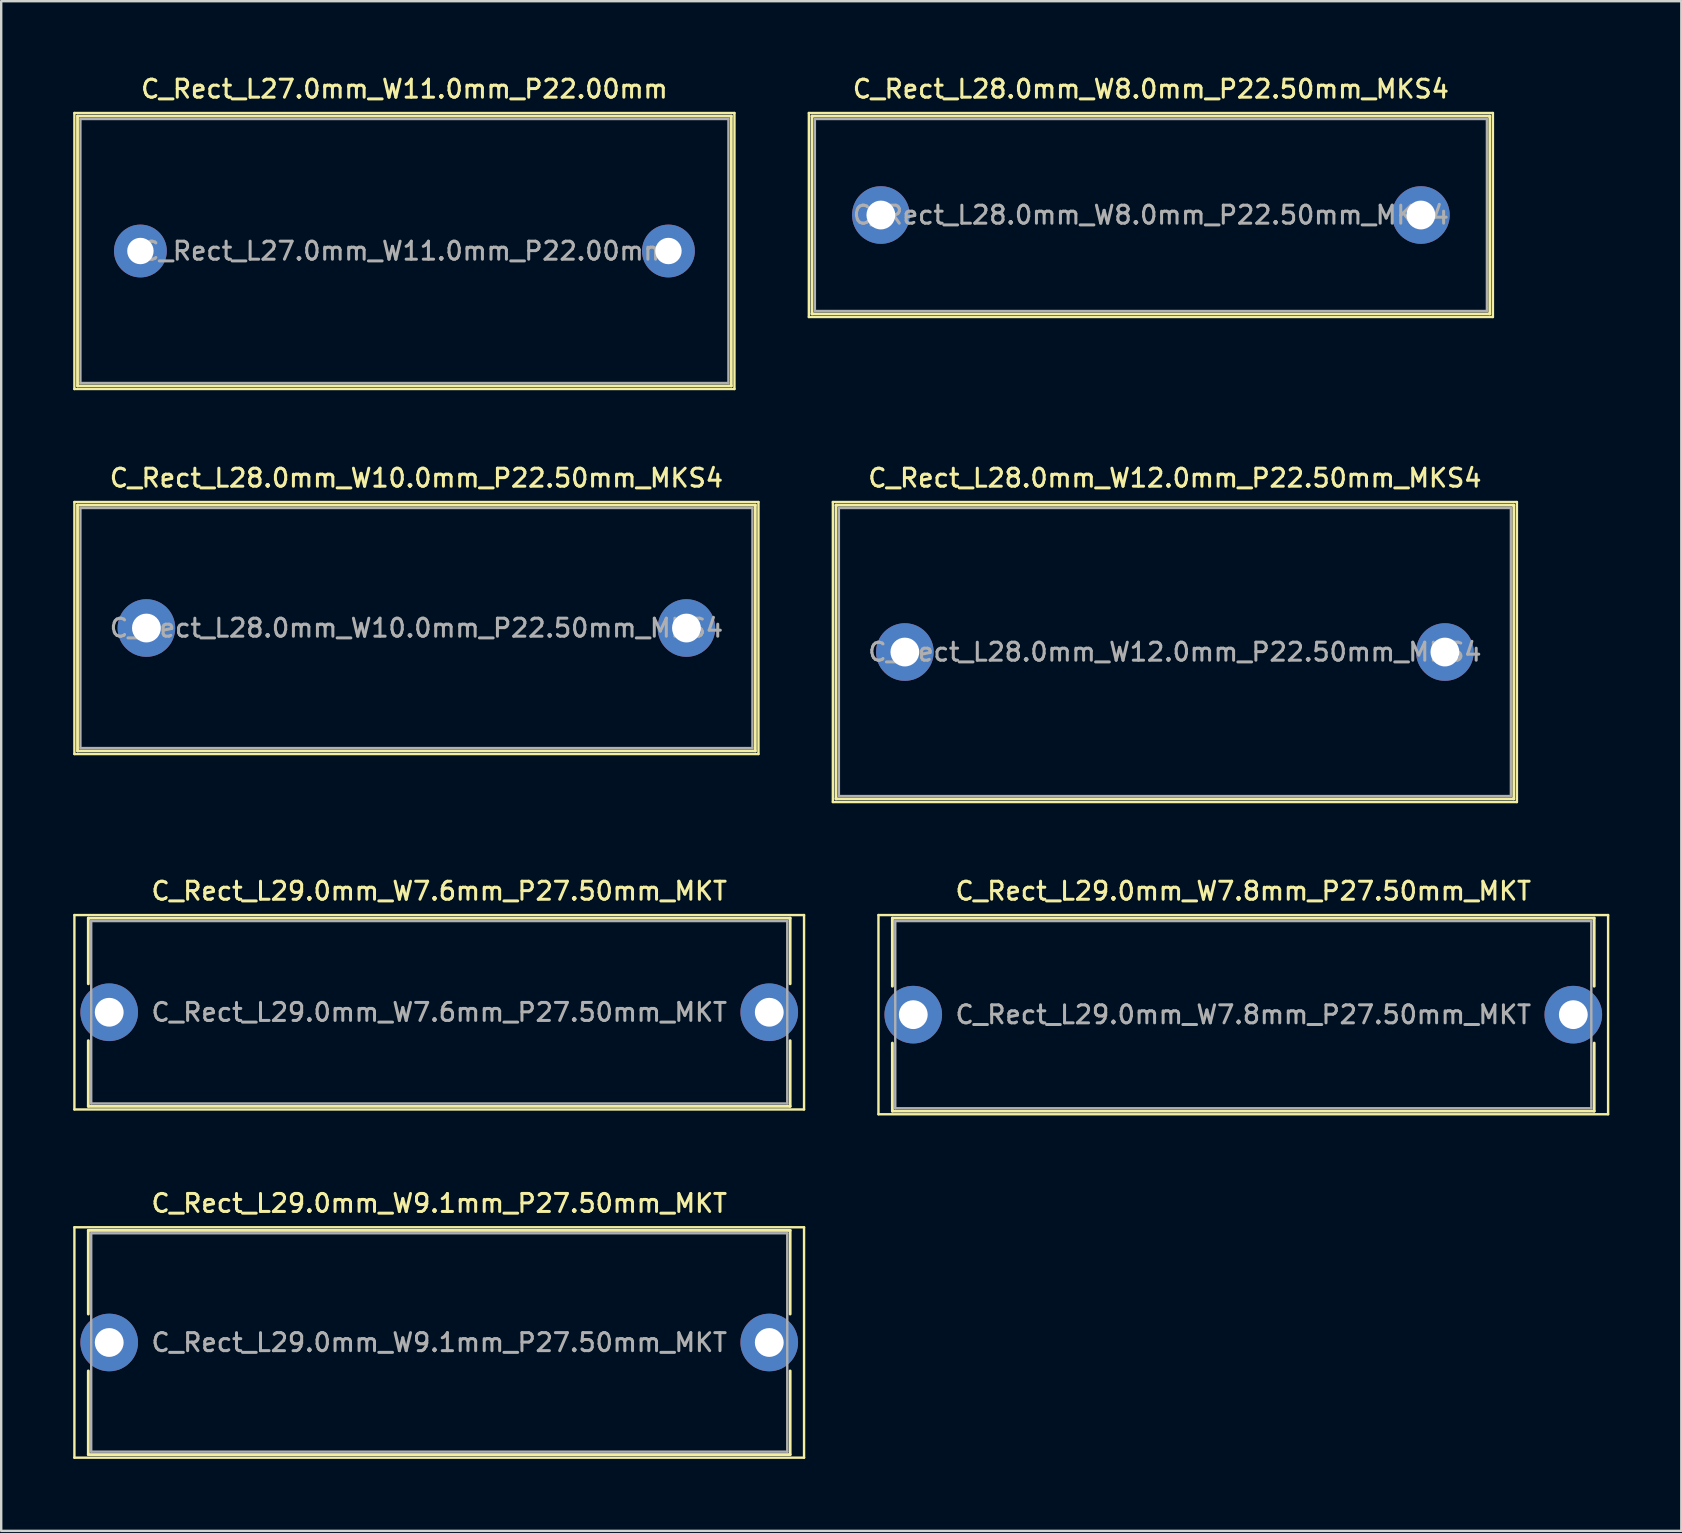
<source format=kicad_pcb>
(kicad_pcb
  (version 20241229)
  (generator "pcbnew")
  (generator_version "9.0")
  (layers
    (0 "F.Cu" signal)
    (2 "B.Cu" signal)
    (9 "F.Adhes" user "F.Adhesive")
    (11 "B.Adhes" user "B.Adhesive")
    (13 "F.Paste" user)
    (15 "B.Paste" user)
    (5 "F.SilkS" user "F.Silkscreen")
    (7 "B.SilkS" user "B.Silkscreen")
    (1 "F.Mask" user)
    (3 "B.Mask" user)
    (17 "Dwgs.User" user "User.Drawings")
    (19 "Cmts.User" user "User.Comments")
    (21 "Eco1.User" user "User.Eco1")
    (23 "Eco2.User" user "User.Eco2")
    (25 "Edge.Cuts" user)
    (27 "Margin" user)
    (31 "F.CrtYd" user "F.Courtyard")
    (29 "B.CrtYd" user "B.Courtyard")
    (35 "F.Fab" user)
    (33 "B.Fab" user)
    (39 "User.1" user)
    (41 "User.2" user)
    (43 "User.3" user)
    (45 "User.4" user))
  (footprint "C_Rect_L28.0mm_W10.0mm_P22.50mm_MKS4"
    (layer "F.Cu")
    (at 3.05 23.116)
    (property "Reference" "C_Rect_L28.0mm_W10.0mm_P22.50mm_MKS4" (at 11.25 -6.25 0) (layer "F.SilkS") (effects (font (size 0.75 0.75) (thickness 0.125))))
    (attr through_hole)
    (fp_line (start -3 -5.25) (end -3 5.25) (stroke (width 0.1) (type solid)) (layer "F.SilkS"))
    (fp_line (start -3 5.25) (end 25.5 5.25) (stroke (width 0.1) (type solid)) (layer "F.SilkS"))
    (fp_line (start -2.87 -5.12) (end -2.87 5.12) (stroke (width 0.12) (type solid)) (layer "F.SilkS"))
    (fp_line (start -2.87 -5.12) (end 25.37 -5.12) (stroke (width 0.12) (type solid)) (layer "F.SilkS"))
    (fp_line (start -2.87 5.12) (end 25.37 5.12) (stroke (width 0.12) (type solid)) (layer "F.SilkS"))
    (fp_line (start 25.37 -5.12) (end 25.37 5.12) (stroke (width 0.12) (type solid)) (layer "F.SilkS"))
    (fp_line (start 25.5 -5.25) (end -3 -5.25) (stroke (width 0.1) (type solid)) (layer "F.SilkS"))
    (fp_line (start 25.5 5.25) (end 25.5 -5.25) (stroke (width 0.1) (type solid)) (layer "F.SilkS"))
    (fp_line (start -2.75 -5) (end -2.75 5) (stroke (width 0.1) (type solid)) (layer "F.Fab"))
    (fp_line (start -2.75 5) (end 25.25 5) (stroke (width 0.1) (type solid)) (layer "F.Fab"))
    (fp_line (start 25.25 -5) (end -2.75 -5) (stroke (width 0.1) (type solid)) (layer "F.Fab"))
    (fp_line (start 25.25 5) (end 25.25 -5) (stroke (width 0.1) (type solid)) (layer "F.Fab"))
    (fp_text user "${REFERENCE}" (at 11.25 0 0) (layer "F.Fab") (effects (font (size 0.75 0.75) (thickness 0.125))))
    (pad "1" thru_hole circle (at 0 0) (size 2.4 2.4) (drill 1.2) (layers "*.Cu" "*.Mask"))
    (pad "2" thru_hole circle (at 22.5 0) (size 2.4 2.4) (drill 1.2) (layers "*.Cu" "*.Mask")))
  (footprint "C_Rect_L29.0mm_W7.8mm_P27.50mm_MKT"
    (layer "F.Cu")
    (at 35 39.224)
    (property "Reference" "C_Rect_L29.0mm_W7.8mm_P27.50mm_MKT" (at 13.75 -5.15 0) (layer "F.SilkS") (effects (font (size 0.75 0.75) (thickness 0.125))))
    (attr through_hole)
    (fp_line (start -1.45 -4.15) (end -1.45 4.15) (stroke (width 0.1) (type solid)) (layer "F.SilkS"))
    (fp_line (start -1.45 4.15) (end 28.95 4.15) (stroke (width 0.1) (type solid)) (layer "F.SilkS"))
    (fp_line (start -0.87 -4.02) (end -0.87 -1.185) (stroke (width 0.12) (type solid)) (layer "F.SilkS"))
    (fp_line (start -0.87 -4.02) (end 28.37 -4.02) (stroke (width 0.12) (type solid)) (layer "F.SilkS"))
    (fp_line (start -0.87 1.185) (end -0.87 4.02) (stroke (width 0.12) (type solid)) (layer "F.SilkS"))
    (fp_line (start -0.87 4.02) (end 28.37 4.02) (stroke (width 0.12) (type solid)) (layer "F.SilkS"))
    (fp_line (start 28.37 -4.02) (end 28.37 -1.185) (stroke (width 0.12) (type solid)) (layer "F.SilkS"))
    (fp_line (start 28.37 1.185) (end 28.37 4.02) (stroke (width 0.12) (type solid)) (layer "F.SilkS"))
    (fp_line (start 28.95 -4.15) (end -1.45 -4.15) (stroke (width 0.1) (type solid)) (layer "F.SilkS"))
    (fp_line (start 28.95 4.15) (end 28.95 -4.15) (stroke (width 0.1) (type solid)) (layer "F.SilkS"))
    (fp_line (start -0.75 -3.9) (end -0.75 3.9) (stroke (width 0.1) (type solid)) (layer "F.Fab"))
    (fp_line (start -0.75 3.9) (end 28.25 3.9) (stroke (width 0.1) (type solid)) (layer "F.Fab"))
    (fp_line (start 28.25 -3.9) (end -0.75 -3.9) (stroke (width 0.1) (type solid)) (layer "F.Fab"))
    (fp_line (start 28.25 3.9) (end 28.25 -3.9) (stroke (width 0.1) (type solid)) (layer "F.Fab"))
    (fp_text user "${REFERENCE}" (at 13.75 0 0) (layer "F.Fab") (effects (font (size 0.75 0.75) (thickness 0.125))))
    (pad "1" thru_hole circle (at 0 0) (size 2.4 2.4) (drill 1.2) (layers "*.Cu" "*.Mask"))
    (pad "2" thru_hole circle (at 27.5 0) (size 2.4 2.4) (drill 1.2) (layers "*.Cu" "*.Mask")))
  (footprint "C_Rect_L28.0mm_W12.0mm_P22.50mm_MKS4"
    (layer "F.Cu")
    (at 34.65 24.116)
    (property "Reference" "C_Rect_L28.0mm_W12.0mm_P22.50mm_MKS4" (at 11.25 -7.25 0) (layer "F.SilkS") (effects (font (size 0.75 0.75) (thickness 0.125))))
    (attr through_hole)
    (fp_line (start -3 -6.25) (end -3 6.25) (stroke (width 0.1) (type solid)) (layer "F.SilkS"))
    (fp_line (start -3 6.25) (end 25.5 6.25) (stroke (width 0.1) (type solid)) (layer "F.SilkS"))
    (fp_line (start -2.87 -6.12) (end -2.87 6.12) (stroke (width 0.12) (type solid)) (layer "F.SilkS"))
    (fp_line (start -2.87 -6.12) (end 25.37 -6.12) (stroke (width 0.12) (type solid)) (layer "F.SilkS"))
    (fp_line (start -2.87 6.12) (end 25.37 6.12) (stroke (width 0.12) (type solid)) (layer "F.SilkS"))
    (fp_line (start 25.37 -6.12) (end 25.37 6.12) (stroke (width 0.12) (type solid)) (layer "F.SilkS"))
    (fp_line (start 25.5 -6.25) (end -3 -6.25) (stroke (width 0.1) (type solid)) (layer "F.SilkS"))
    (fp_line (start 25.5 6.25) (end 25.5 -6.25) (stroke (width 0.1) (type solid)) (layer "F.SilkS"))
    (fp_line (start -2.75 -6) (end -2.75 6) (stroke (width 0.1) (type solid)) (layer "F.Fab"))
    (fp_line (start -2.75 6) (end 25.25 6) (stroke (width 0.1) (type solid)) (layer "F.Fab"))
    (fp_line (start 25.25 -6) (end -2.75 -6) (stroke (width 0.1) (type solid)) (layer "F.Fab"))
    (fp_line (start 25.25 6) (end 25.25 -6) (stroke (width 0.1) (type solid)) (layer "F.Fab"))
    (fp_text user "${REFERENCE}" (at 11.25 0 0) (layer "F.Fab") (effects (font (size 0.75 0.75) (thickness 0.125))))
    (pad "1" thru_hole circle (at 0 0) (size 2.4 2.4) (drill 1.2) (layers "*.Cu" "*.Mask"))
    (pad "2" thru_hole circle (at 22.5 0) (size 2.4 2.4) (drill 1.2) (layers "*.Cu" "*.Mask")))
  (footprint "C_Rect_L29.0mm_W7.6mm_P27.50mm_MKT"
    (layer "F.Cu")
    (at 1.5 39.124)
    (property "Reference" "C_Rect_L29.0mm_W7.6mm_P27.50mm_MKT" (at 13.75 -5.05 0) (layer "F.SilkS") (effects (font (size 0.75 0.75) (thickness 0.125))))
    (attr through_hole)
    (fp_line (start -1.45 -4.05) (end -1.45 4.05) (stroke (width 0.1) (type solid)) (layer "F.SilkS"))
    (fp_line (start -1.45 4.05) (end 28.95 4.05) (stroke (width 0.1) (type solid)) (layer "F.SilkS"))
    (fp_line (start -0.87 -3.92) (end -0.87 -1.185) (stroke (width 0.12) (type solid)) (layer "F.SilkS"))
    (fp_line (start -0.87 -3.92) (end 28.37 -3.92) (stroke (width 0.12) (type solid)) (layer "F.SilkS"))
    (fp_line (start -0.87 1.185) (end -0.87 3.92) (stroke (width 0.12) (type solid)) (layer "F.SilkS"))
    (fp_line (start -0.87 3.92) (end 28.37 3.92) (stroke (width 0.12) (type solid)) (layer "F.SilkS"))
    (fp_line (start 28.37 -3.92) (end 28.37 -1.185) (stroke (width 0.12) (type solid)) (layer "F.SilkS"))
    (fp_line (start 28.37 1.185) (end 28.37 3.92) (stroke (width 0.12) (type solid)) (layer "F.SilkS"))
    (fp_line (start 28.95 -4.05) (end -1.45 -4.05) (stroke (width 0.1) (type solid)) (layer "F.SilkS"))
    (fp_line (start 28.95 4.05) (end 28.95 -4.05) (stroke (width 0.1) (type solid)) (layer "F.SilkS"))
    (fp_line (start -0.75 -3.8) (end -0.75 3.8) (stroke (width 0.1) (type solid)) (layer "F.Fab"))
    (fp_line (start -0.75 3.8) (end 28.25 3.8) (stroke (width 0.1) (type solid)) (layer "F.Fab"))
    (fp_line (start 28.25 -3.8) (end -0.75 -3.8) (stroke (width 0.1) (type solid)) (layer "F.Fab"))
    (fp_line (start 28.25 3.8) (end 28.25 -3.8) (stroke (width 0.1) (type solid)) (layer "F.Fab"))
    (fp_text user "${REFERENCE}" (at 13.75 0 0) (layer "F.Fab") (effects (font (size 0.75 0.75) (thickness 0.125))))
    (pad "1" thru_hole circle (at 0 0) (size 2.4 2.4) (drill 1.2) (layers "*.Cu" "*.Mask"))
    (pad "2" thru_hole circle (at 27.5 0) (size 2.4 2.4) (drill 1.2) (layers "*.Cu" "*.Mask")))
  (footprint "C_Rect_L28.0mm_W8.0mm_P22.50mm_MKS4"
    (layer "F.Cu")
    (at 33.65 5.908)
    (property "Reference" "C_Rect_L28.0mm_W8.0mm_P22.50mm_MKS4" (at 11.25 -5.25 0) (layer "F.SilkS") (effects (font (size 0.75 0.75) (thickness 0.125))))
    (attr through_hole)
    (fp_line (start -3 -4.25) (end -3 4.25) (stroke (width 0.1) (type solid)) (layer "F.SilkS"))
    (fp_line (start -3 4.25) (end 25.5 4.25) (stroke (width 0.1) (type solid)) (layer "F.SilkS"))
    (fp_line (start -2.87 -4.12) (end -2.87 4.12) (stroke (width 0.12) (type solid)) (layer "F.SilkS"))
    (fp_line (start -2.87 -4.12) (end 25.37 -4.12) (stroke (width 0.12) (type solid)) (layer "F.SilkS"))
    (fp_line (start -2.87 4.12) (end 25.37 4.12) (stroke (width 0.12) (type solid)) (layer "F.SilkS"))
    (fp_line (start 25.37 -4.12) (end 25.37 4.12) (stroke (width 0.12) (type solid)) (layer "F.SilkS"))
    (fp_line (start 25.5 -4.25) (end -3 -4.25) (stroke (width 0.1) (type solid)) (layer "F.SilkS"))
    (fp_line (start 25.5 4.25) (end 25.5 -4.25) (stroke (width 0.1) (type solid)) (layer "F.SilkS"))
    (fp_line (start -2.75 -4) (end -2.75 4) (stroke (width 0.1) (type solid)) (layer "F.Fab"))
    (fp_line (start -2.75 4) (end 25.25 4) (stroke (width 0.1) (type solid)) (layer "F.Fab"))
    (fp_line (start 25.25 -4) (end -2.75 -4) (stroke (width 0.1) (type solid)) (layer "F.Fab"))
    (fp_line (start 25.25 4) (end 25.25 -4) (stroke (width 0.1) (type solid)) (layer "F.Fab"))
    (fp_text user "${REFERENCE}" (at 11.25 0 0) (layer "F.Fab") (effects (font (size 0.75 0.75) (thickness 0.125))))
    (pad "1" thru_hole circle (at 0 0) (size 2.4 2.4) (drill 1.2) (layers "*.Cu" "*.Mask"))
    (pad "2" thru_hole circle (at 22.5 0) (size 2.4 2.4) (drill 1.2) (layers "*.Cu" "*.Mask")))
  (footprint "C_Rect_L27.0mm_W11.0mm_P22.00mm"
    (layer "F.Cu")
    (at 2.8 7.408)
    (property "Reference" "C_Rect_L27.0mm_W11.0mm_P22.00mm" (at 11 -6.75 0) (layer "F.SilkS") (effects (font (size 0.75 0.75) (thickness 0.125))))
    (attr through_hole)
    (fp_line (start -2.75 -5.75) (end -2.75 5.75) (stroke (width 0.1) (type solid)) (layer "F.SilkS"))
    (fp_line (start -2.75 5.75) (end 24.75 5.75) (stroke (width 0.1) (type solid)) (layer "F.SilkS"))
    (fp_line (start -2.62 -5.62) (end -2.62 5.62) (stroke (width 0.12) (type solid)) (layer "F.SilkS"))
    (fp_line (start -2.62 -5.62) (end 24.62 -5.62) (stroke (width 0.12) (type solid)) (layer "F.SilkS"))
    (fp_line (start -2.62 5.62) (end 24.62 5.62) (stroke (width 0.12) (type solid)) (layer "F.SilkS"))
    (fp_line (start 24.62 -5.62) (end 24.62 5.62) (stroke (width 0.12) (type solid)) (layer "F.SilkS"))
    (fp_line (start 24.75 -5.75) (end -2.75 -5.75) (stroke (width 0.1) (type solid)) (layer "F.SilkS"))
    (fp_line (start 24.75 5.75) (end 24.75 -5.75) (stroke (width 0.1) (type solid)) (layer "F.SilkS"))
    (fp_line (start -2.5 -5.5) (end -2.5 5.5) (stroke (width 0.1) (type solid)) (layer "F.Fab"))
    (fp_line (start -2.5 5.5) (end 24.5 5.5) (stroke (width 0.1) (type solid)) (layer "F.Fab"))
    (fp_line (start 24.5 -5.5) (end -2.5 -5.5) (stroke (width 0.1) (type solid)) (layer "F.Fab"))
    (fp_line (start 24.5 5.5) (end 24.5 -5.5) (stroke (width 0.1) (type solid)) (layer "F.Fab"))
    (fp_text user "${REFERENCE}" (at 11 0 0) (layer "F.Fab") (effects (font (size 0.75 0.75) (thickness 0.125))))
    (pad "1" thru_hole circle (at 0 0) (size 2.2 2.2) (drill 1.1) (layers "*.Cu" "*.Mask"))
    (pad "2" thru_hole circle (at 22 0) (size 2.2 2.2) (drill 1.1) (layers "*.Cu" "*.Mask")))
  (footprint "C_Rect_L29.0mm_W9.1mm_P27.50mm_MKT"
    (layer "F.Cu")
    (at 1.5 52.883)
    (property "Reference" "C_Rect_L29.0mm_W9.1mm_P27.50mm_MKT" (at 13.75 -5.8 0) (layer "F.SilkS") (effects (font (size 0.75 0.75) (thickness 0.125))))
    (attr through_hole)
    (fp_line (start -1.45 -4.8) (end -1.45 4.8) (stroke (width 0.1) (type solid)) (layer "F.SilkS"))
    (fp_line (start -1.45 4.8) (end 28.95 4.8) (stroke (width 0.1) (type solid)) (layer "F.SilkS"))
    (fp_line (start -0.87 -4.67) (end -0.87 -1.185) (stroke (width 0.12) (type solid)) (layer "F.SilkS"))
    (fp_line (start -0.87 -4.67) (end 28.37 -4.67) (stroke (width 0.12) (type solid)) (layer "F.SilkS"))
    (fp_line (start -0.87 1.185) (end -0.87 4.67) (stroke (width 0.12) (type solid)) (layer "F.SilkS"))
    (fp_line (start -0.87 4.67) (end 28.37 4.67) (stroke (width 0.12) (type solid)) (layer "F.SilkS"))
    (fp_line (start 28.37 -4.67) (end 28.37 -1.185) (stroke (width 0.12) (type solid)) (layer "F.SilkS"))
    (fp_line (start 28.37 1.185) (end 28.37 4.67) (stroke (width 0.12) (type solid)) (layer "F.SilkS"))
    (fp_line (start 28.95 -4.8) (end -1.45 -4.8) (stroke (width 0.1) (type solid)) (layer "F.SilkS"))
    (fp_line (start 28.95 4.8) (end 28.95 -4.8) (stroke (width 0.1) (type solid)) (layer "F.SilkS"))
    (fp_line (start -0.75 -4.55) (end -0.75 4.55) (stroke (width 0.1) (type solid)) (layer "F.Fab"))
    (fp_line (start -0.75 4.55) (end 28.25 4.55) (stroke (width 0.1) (type solid)) (layer "F.Fab"))
    (fp_line (start 28.25 -4.55) (end -0.75 -4.55) (stroke (width 0.1) (type solid)) (layer "F.Fab"))
    (fp_line (start 28.25 4.55) (end 28.25 -4.55) (stroke (width 0.1) (type solid)) (layer "F.Fab"))
    (fp_text user "${REFERENCE}" (at 13.75 0 0) (layer "F.Fab") (effects (font (size 0.75 0.75) (thickness 0.125))))
    (pad "1" thru_hole circle (at 0 0) (size 2.4 2.4) (drill 1.2) (layers "*.Cu" "*.Mask"))
    (pad "2" thru_hole circle (at 27.5 0) (size 2.4 2.4) (drill 1.2) (layers "*.Cu" "*.Mask")))
  (gr_rect
    (start -3 -3)
    (end 67 60.733)
    (stroke (width 0.1) (type default))
    (fill no)
    (layer "Edge.Cuts")))
</source>
